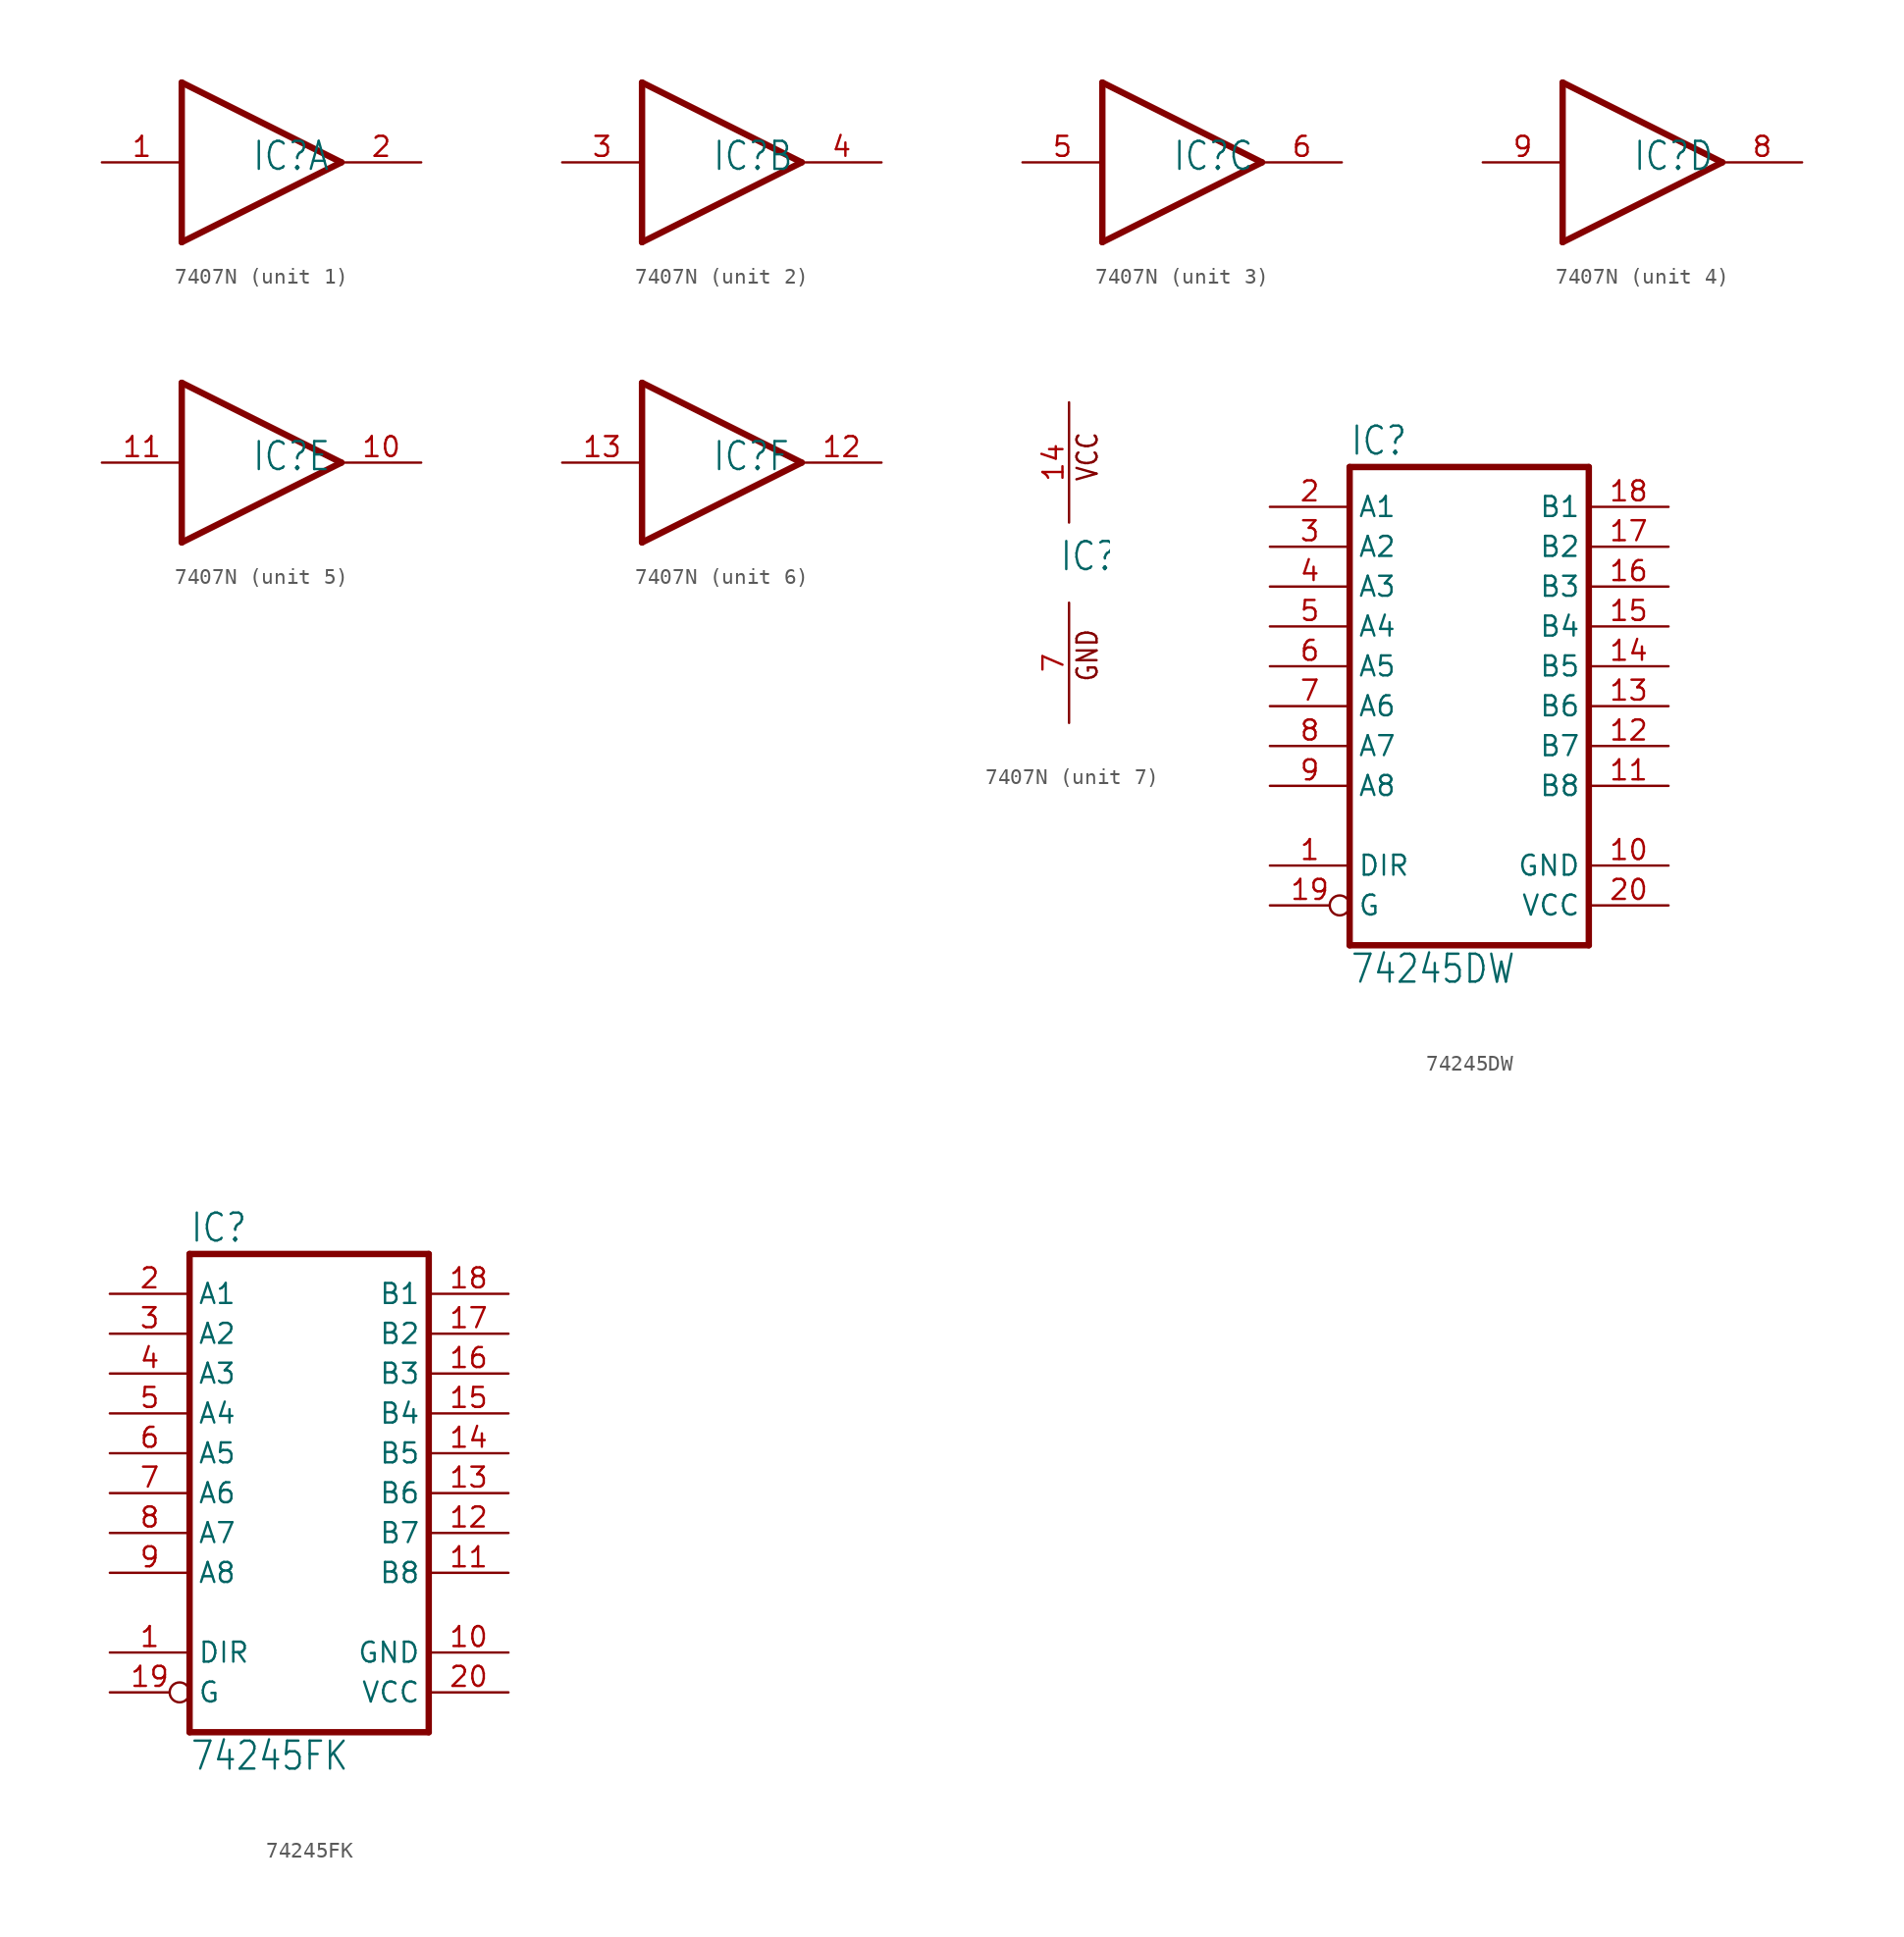
<source format=kicad_sym>
(kicad_symbol_lib
  (version 20211014)
  (generator kicad_symbol_editor)
  (symbol "7407N"
    (property "Reference" "IC"
      (at -0.635 -0.635 0)
      (effects (font (size 1.778 1.511)) (justify left bottom)))
    (property "ki_locked" ""
      (at 0 0 0)
      (effects (font (size 1.27 1.27))))
    (symbol "7407N_1_0"
      (polyline (pts (xy -5.08 -5.08) (xy -5.08 5.08)) (stroke (width 0.406) (type default) (color 0 0 0 0)) (fill (type none)))
      (polyline (pts (xy -5.08 5.08) (xy 5.08 0)) (stroke (width 0.406) (type default) (color 0 0 0 0)) (fill (type none)))
      (polyline (pts (xy 5.08 0) (xy -5.08 -5.08)) (stroke (width 0.406) (type default) (color 0 0 0 0)) (fill (type none)))
      (pin input line (at -10.16 0 0) (length 5.08) (name "I" (effects (font (size 0 0)))) (number "1" (effects (font (size 1.27 1.27)))))
      (pin open_collector line (at 10.16 0 180) (length 5.08) (name "O" (effects (font (size 0 0)))) (number "2" (effects (font (size 1.27 1.27))))))
    (symbol "7407N_2_0"
      (polyline (pts (xy -5.08 -5.08) (xy -5.08 5.08)) (stroke (width 0.406) (type default) (color 0 0 0 0)) (fill (type none)))
      (polyline (pts (xy -5.08 5.08) (xy 5.08 0)) (stroke (width 0.406) (type default) (color 0 0 0 0)) (fill (type none)))
      (polyline (pts (xy 5.08 0) (xy -5.08 -5.08)) (stroke (width 0.406) (type default) (color 0 0 0 0)) (fill (type none)))
      (pin input line (at -10.16 0 0) (length 5.08) (name "I" (effects (font (size 0 0)))) (number "3" (effects (font (size 1.27 1.27)))))
      (pin open_collector line (at 10.16 0 180) (length 5.08) (name "O" (effects (font (size 0 0)))) (number "4" (effects (font (size 1.27 1.27))))))
    (symbol "7407N_3_0"
      (polyline (pts (xy -5.08 -5.08) (xy -5.08 5.08)) (stroke (width 0.406) (type default) (color 0 0 0 0)) (fill (type none)))
      (polyline (pts (xy -5.08 5.08) (xy 5.08 0)) (stroke (width 0.406) (type default) (color 0 0 0 0)) (fill (type none)))
      (polyline (pts (xy 5.08 0) (xy -5.08 -5.08)) (stroke (width 0.406) (type default) (color 0 0 0 0)) (fill (type none)))
      (pin input line (at -10.16 0 0) (length 5.08) (name "I" (effects (font (size 0 0)))) (number "5" (effects (font (size 1.27 1.27)))))
      (pin open_collector line (at 10.16 0 180) (length 5.08) (name "O" (effects (font (size 0 0)))) (number "6" (effects (font (size 1.27 1.27))))))
    (symbol "7407N_4_0"
      (polyline (pts (xy -5.08 -5.08) (xy -5.08 5.08)) (stroke (width 0.406) (type default) (color 0 0 0 0)) (fill (type none)))
      (polyline (pts (xy -5.08 5.08) (xy 5.08 0)) (stroke (width 0.406) (type default) (color 0 0 0 0)) (fill (type none)))
      (polyline (pts (xy 5.08 0) (xy -5.08 -5.08)) (stroke (width 0.406) (type default) (color 0 0 0 0)) (fill (type none)))
      (pin open_collector line (at 10.16 0 180) (length 5.08) (name "O" (effects (font (size 0 0)))) (number "8" (effects (font (size 1.27 1.27)))))
      (pin input line (at -10.16 0 0) (length 5.08) (name "I" (effects (font (size 0 0)))) (number "9" (effects (font (size 1.27 1.27))))))
    (symbol "7407N_5_0"
      (polyline (pts (xy -5.08 -5.08) (xy -5.08 5.08)) (stroke (width 0.406) (type default) (color 0 0 0 0)) (fill (type none)))
      (polyline (pts (xy -5.08 5.08) (xy 5.08 0)) (stroke (width 0.406) (type default) (color 0 0 0 0)) (fill (type none)))
      (polyline (pts (xy 5.08 0) (xy -5.08 -5.08)) (stroke (width 0.406) (type default) (color 0 0 0 0)) (fill (type none)))
      (pin open_collector line (at 10.16 0 180) (length 5.08) (name "O" (effects (font (size 0 0)))) (number "10" (effects (font (size 1.27 1.27)))))
      (pin input line (at -10.16 0 0) (length 5.08) (name "I" (effects (font (size 0 0)))) (number "11" (effects (font (size 1.27 1.27))))))
    (symbol "7407N_6_0"
      (polyline (pts (xy -5.08 -5.08) (xy -5.08 5.08)) (stroke (width 0.406) (type default) (color 0 0 0 0)) (fill (type none)))
      (polyline (pts (xy -5.08 5.08) (xy 5.08 0)) (stroke (width 0.406) (type default) (color 0 0 0 0)) (fill (type none)))
      (polyline (pts (xy 5.08 0) (xy -5.08 -5.08)) (stroke (width 0.406) (type default) (color 0 0 0 0)) (fill (type none)))
      (pin open_collector line (at 10.16 0 180) (length 5.08) (name "O" (effects (font (size 0 0)))) (number "12" (effects (font (size 1.27 1.27)))))
      (pin input line (at -10.16 0 0) (length 5.08) (name "I" (effects (font (size 0 0)))) (number "13" (effects (font (size 1.27 1.27))))))
    (symbol "7407N_7_0"
      (text "GND" (at 1.905 -7.62 900) (effects (font (size 1.27 1.079)) (justify left bottom)))
      (text "VCC" (at 1.905 5.08 900) (effects (font (size 1.27 1.079)) (justify left bottom)))
      (pin bidirectional line (at 0 10.16 270) (length 7.62) (name "VCC" (effects (font (size 0 0)))) (number "14" (effects (font (size 1.27 1.27)))))
      (pin power_in line (at 0 -10.16 90) (length 7.62) (name "GND" (effects (font (size 0 0)))) (number "7" (effects (font (size 1.27 1.27)))))))
  (symbol "74245DW"
    (property "Reference" "IC"
      (at -7.62 15.875 0)
      (effects (font (size 1.778 1.511)) (justify left bottom)))
    (property "Value" "74245DW"
      (at -7.62 -17.78 0)
      (effects (font (size 1.778 1.511)) (justify left bottom)))
    (property "ki_locked" ""
      (at 0 0 0)
      (effects (font (size 1.27 1.27))))
    (symbol "74245DW_1_0"
      (polyline (pts (xy -7.62 -15.24) (xy 7.62 -15.24)) (stroke (width 0.406) (type default) (color 0 0 0 0)) (fill (type none)))
      (polyline (pts (xy -7.62 15.24) (xy -7.62 -15.24)) (stroke (width 0.406) (type default) (color 0 0 0 0)) (fill (type none)))
      (polyline (pts (xy 7.62 -15.24) (xy 7.62 15.24)) (stroke (width 0.406) (type default) (color 0 0 0 0)) (fill (type none)))
      (polyline (pts (xy 7.62 15.24) (xy -7.62 15.24)) (stroke (width 0.406) (type default) (color 0 0 0 0)) (fill (type none)))
      (pin input line (at -12.7 -10.16 0) (length 5.08) (name "DIR" (effects (font (size 1.27 1.27)))) (number "1" (effects (font (size 1.27 1.27)))))
      (pin bidirectional line (at 12.7 -10.16 180) (length 5.08) (name "GND" (effects (font (size 1.27 1.27)))) (number "10" (effects (font (size 1.27 1.27)))))
      (pin bidirectional line (at 12.7 -5.08 180) (length 5.08) (name "B8" (effects (font (size 1.27 1.27)))) (number "11" (effects (font (size 1.27 1.27)))))
      (pin bidirectional line (at 12.7 -2.54 180) (length 5.08) (name "B7" (effects (font (size 1.27 1.27)))) (number "12" (effects (font (size 1.27 1.27)))))
      (pin bidirectional line (at 12.7 0 180) (length 5.08) (name "B6" (effects (font (size 1.27 1.27)))) (number "13" (effects (font (size 1.27 1.27)))))
      (pin bidirectional line (at 12.7 2.54 180) (length 5.08) (name "B5" (effects (font (size 1.27 1.27)))) (number "14" (effects (font (size 1.27 1.27)))))
      (pin bidirectional line (at 12.7 5.08 180) (length 5.08) (name "B4" (effects (font (size 1.27 1.27)))) (number "15" (effects (font (size 1.27 1.27)))))
      (pin bidirectional line (at 12.7 7.62 180) (length 5.08) (name "B3" (effects (font (size 1.27 1.27)))) (number "16" (effects (font (size 1.27 1.27)))))
      (pin bidirectional line (at 12.7 10.16 180) (length 5.08) (name "B2" (effects (font (size 1.27 1.27)))) (number "17" (effects (font (size 1.27 1.27)))))
      (pin bidirectional line (at 12.7 12.7 180) (length 5.08) (name "B1" (effects (font (size 1.27 1.27)))) (number "18" (effects (font (size 1.27 1.27)))))
      (pin input inverted (at -12.7 -12.7 0) (length 5.08) (name "G" (effects (font (size 1.27 1.27)))) (number "19" (effects (font (size 1.27 1.27)))))
      (pin bidirectional line (at -12.7 12.7 0) (length 5.08) (name "A1" (effects (font (size 1.27 1.27)))) (number "2" (effects (font (size 1.27 1.27)))))
      (pin bidirectional line (at 12.7 -12.7 180) (length 5.08) (name "VCC" (effects (font (size 1.27 1.27)))) (number "20" (effects (font (size 1.27 1.27)))))
      (pin bidirectional line (at -12.7 10.16 0) (length 5.08) (name "A2" (effects (font (size 1.27 1.27)))) (number "3" (effects (font (size 1.27 1.27)))))
      (pin bidirectional line (at -12.7 7.62 0) (length 5.08) (name "A3" (effects (font (size 1.27 1.27)))) (number "4" (effects (font (size 1.27 1.27)))))
      (pin bidirectional line (at -12.7 5.08 0) (length 5.08) (name "A4" (effects (font (size 1.27 1.27)))) (number "5" (effects (font (size 1.27 1.27)))))
      (pin bidirectional line (at -12.7 2.54 0) (length 5.08) (name "A5" (effects (font (size 1.27 1.27)))) (number "6" (effects (font (size 1.27 1.27)))))
      (pin bidirectional line (at -12.7 0 0) (length 5.08) (name "A6" (effects (font (size 1.27 1.27)))) (number "7" (effects (font (size 1.27 1.27)))))
      (pin bidirectional line (at -12.7 -2.54 0) (length 5.08) (name "A7" (effects (font (size 1.27 1.27)))) (number "8" (effects (font (size 1.27 1.27)))))
      (pin bidirectional line (at -12.7 -5.08 0) (length 5.08) (name "A8" (effects (font (size 1.27 1.27)))) (number "9" (effects (font (size 1.27 1.27)))))))
  (symbol "74245FK"
    (property "Reference" "IC"
      (at -7.62 15.875 0)
      (effects (font (size 1.778 1.511)) (justify left bottom)))
    (property "Value" "74245FK"
      (at -7.62 -17.78 0)
      (effects (font (size 1.778 1.511)) (justify left bottom)))
    (property "ki_locked" ""
      (at 0 0 0)
      (effects (font (size 1.27 1.27))))
    (symbol "74245FK_1_0"
      (polyline (pts (xy -7.62 -15.24) (xy 7.62 -15.24)) (stroke (width 0.406) (type default) (color 0 0 0 0)) (fill (type none)))
      (polyline (pts (xy -7.62 15.24) (xy -7.62 -15.24)) (stroke (width 0.406) (type default) (color 0 0 0 0)) (fill (type none)))
      (polyline (pts (xy 7.62 -15.24) (xy 7.62 15.24)) (stroke (width 0.406) (type default) (color 0 0 0 0)) (fill (type none)))
      (polyline (pts (xy 7.62 15.24) (xy -7.62 15.24)) (stroke (width 0.406) (type default) (color 0 0 0 0)) (fill (type none)))
      (pin input line (at -12.7 -10.16 0) (length 5.08) (name "DIR" (effects (font (size 1.27 1.27)))) (number "1" (effects (font (size 1.27 1.27)))))
      (pin bidirectional line (at 12.7 -10.16 180) (length 5.08) (name "GND" (effects (font (size 1.27 1.27)))) (number "10" (effects (font (size 1.27 1.27)))))
      (pin bidirectional line (at 12.7 -5.08 180) (length 5.08) (name "B8" (effects (font (size 1.27 1.27)))) (number "11" (effects (font (size 1.27 1.27)))))
      (pin bidirectional line (at 12.7 -2.54 180) (length 5.08) (name "B7" (effects (font (size 1.27 1.27)))) (number "12" (effects (font (size 1.27 1.27)))))
      (pin bidirectional line (at 12.7 0 180) (length 5.08) (name "B6" (effects (font (size 1.27 1.27)))) (number "13" (effects (font (size 1.27 1.27)))))
      (pin bidirectional line (at 12.7 2.54 180) (length 5.08) (name "B5" (effects (font (size 1.27 1.27)))) (number "14" (effects (font (size 1.27 1.27)))))
      (pin bidirectional line (at 12.7 5.08 180) (length 5.08) (name "B4" (effects (font (size 1.27 1.27)))) (number "15" (effects (font (size 1.27 1.27)))))
      (pin bidirectional line (at 12.7 7.62 180) (length 5.08) (name "B3" (effects (font (size 1.27 1.27)))) (number "16" (effects (font (size 1.27 1.27)))))
      (pin bidirectional line (at 12.7 10.16 180) (length 5.08) (name "B2" (effects (font (size 1.27 1.27)))) (number "17" (effects (font (size 1.27 1.27)))))
      (pin bidirectional line (at 12.7 12.7 180) (length 5.08) (name "B1" (effects (font (size 1.27 1.27)))) (number "18" (effects (font (size 1.27 1.27)))))
      (pin input inverted (at -12.7 -12.7 0) (length 5.08) (name "G" (effects (font (size 1.27 1.27)))) (number "19" (effects (font (size 1.27 1.27)))))
      (pin bidirectional line (at -12.7 12.7 0) (length 5.08) (name "A1" (effects (font (size 1.27 1.27)))) (number "2" (effects (font (size 1.27 1.27)))))
      (pin bidirectional line (at 12.7 -12.7 180) (length 5.08) (name "VCC" (effects (font (size 1.27 1.27)))) (number "20" (effects (font (size 1.27 1.27)))))
      (pin bidirectional line (at -12.7 10.16 0) (length 5.08) (name "A2" (effects (font (size 1.27 1.27)))) (number "3" (effects (font (size 1.27 1.27)))))
      (pin bidirectional line (at -12.7 7.62 0) (length 5.08) (name "A3" (effects (font (size 1.27 1.27)))) (number "4" (effects (font (size 1.27 1.27)))))
      (pin bidirectional line (at -12.7 5.08 0) (length 5.08) (name "A4" (effects (font (size 1.27 1.27)))) (number "5" (effects (font (size 1.27 1.27)))))
      (pin bidirectional line (at -12.7 2.54 0) (length 5.08) (name "A5" (effects (font (size 1.27 1.27)))) (number "6" (effects (font (size 1.27 1.27)))))
      (pin bidirectional line (at -12.7 0 0) (length 5.08) (name "A6" (effects (font (size 1.27 1.27)))) (number "7" (effects (font (size 1.27 1.27)))))
      (pin bidirectional line (at -12.7 -2.54 0) (length 5.08) (name "A7" (effects (font (size 1.27 1.27)))) (number "8" (effects (font (size 1.27 1.27)))))
      (pin bidirectional line (at -12.7 -5.08 0) (length 5.08) (name "A8" (effects (font (size 1.27 1.27)))) (number "9" (effects (font (size 1.27 1.27))))))))
</source>
